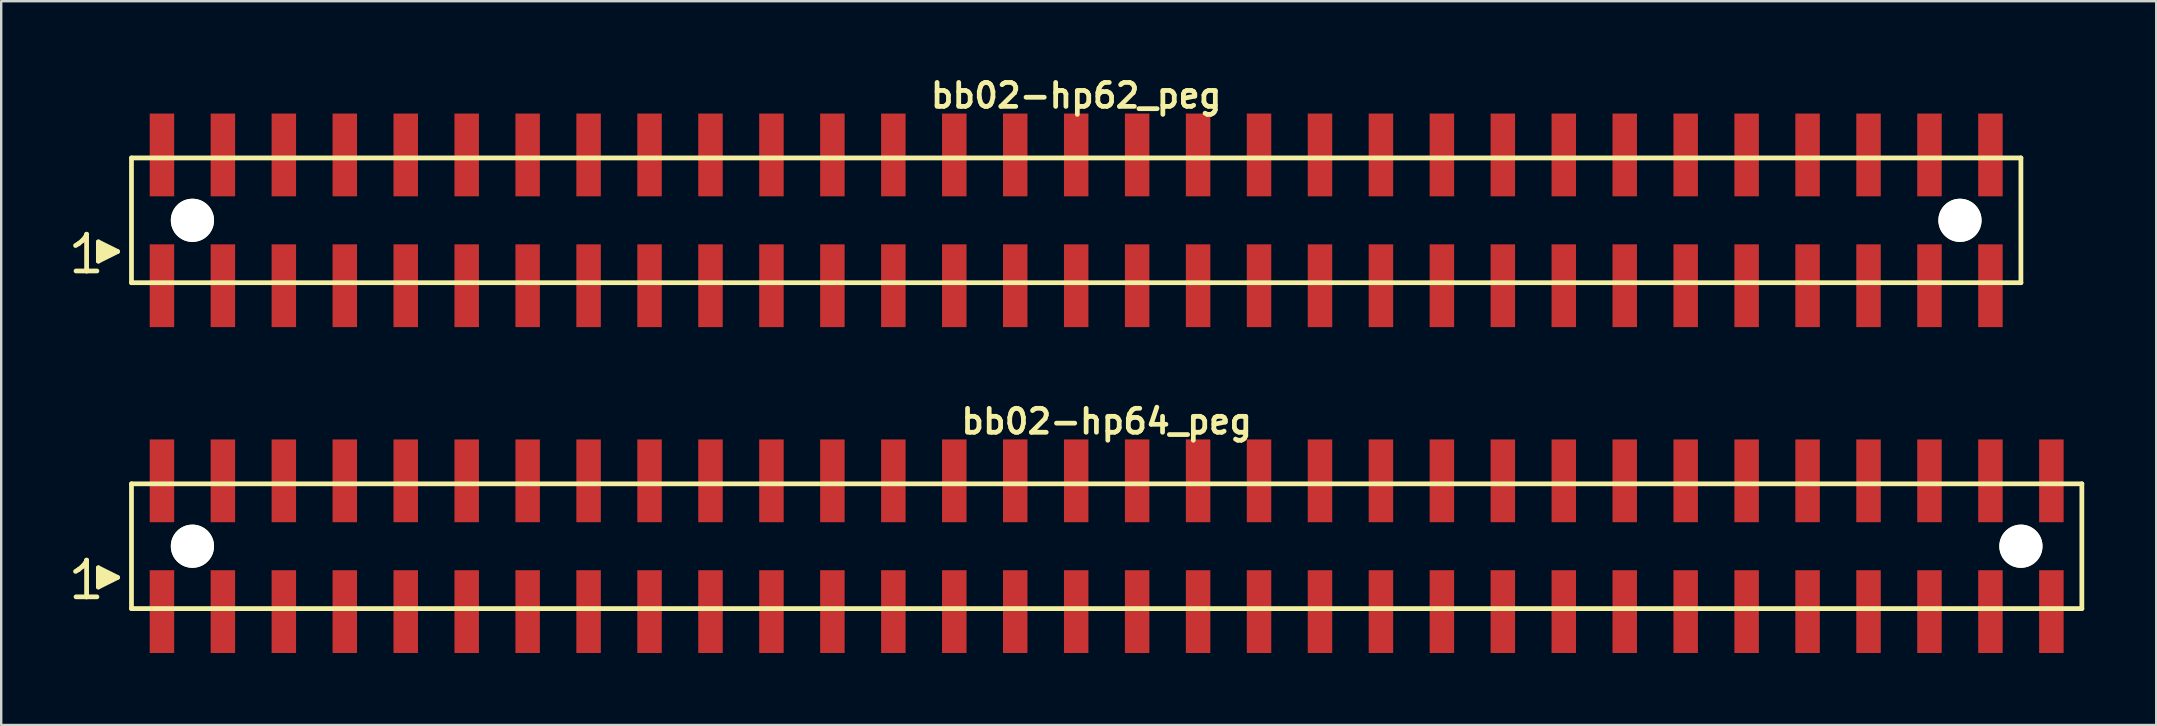
<source format=kicad_pcb>
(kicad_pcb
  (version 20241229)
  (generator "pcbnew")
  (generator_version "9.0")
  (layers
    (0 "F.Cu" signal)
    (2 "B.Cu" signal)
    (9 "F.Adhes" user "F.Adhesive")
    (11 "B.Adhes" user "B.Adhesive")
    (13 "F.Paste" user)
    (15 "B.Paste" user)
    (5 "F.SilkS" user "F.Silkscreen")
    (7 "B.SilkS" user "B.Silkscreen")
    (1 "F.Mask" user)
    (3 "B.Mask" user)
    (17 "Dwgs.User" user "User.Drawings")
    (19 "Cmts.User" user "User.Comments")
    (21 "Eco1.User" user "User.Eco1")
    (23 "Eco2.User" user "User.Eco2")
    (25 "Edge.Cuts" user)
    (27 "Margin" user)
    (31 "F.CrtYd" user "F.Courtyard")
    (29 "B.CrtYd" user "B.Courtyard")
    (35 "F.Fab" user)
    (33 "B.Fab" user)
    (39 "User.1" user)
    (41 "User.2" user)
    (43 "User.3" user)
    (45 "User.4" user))
  (footprint "bb02-hp64_peg"
    (layer "F.Cu")
    (at 43.069 19.713)
    (property "Reference" "bb02-hp64_peg" (at 0 -5.2 0) (layer "F.SilkS") (effects (font (size 0.998 0.998) (thickness 0.198))))
    (attr smd)
    (fp_line (start -42.97 1.05) (end -42.84 0.97) (stroke (width 0.198) (type solid)) (layer "F.SilkS"))
    (fp_line (start -42.84 0.97) (end -42.68 0.84) (stroke (width 0.198) (type solid)) (layer "F.SilkS"))
    (fp_line (start -42.68 0.84) (end -42.54 0.67) (stroke (width 0.198) (type solid)) (layer "F.SilkS"))
    (fp_line (start -42.54 0.67) (end -42.51 0.58) (stroke (width 0.198) (type solid)) (layer "F.SilkS"))
    (fp_line (start -42.51 0.58) (end -42.51 2.11) (stroke (width 0.198) (type solid)) (layer "F.SilkS"))
    (fp_line (start -42.51 2.11) (end -42.95 2.11) (stroke (width 0.198) (type solid)) (layer "F.SilkS"))
    (fp_line (start -42.08 2.11) (end -42.52 2.11) (stroke (width 0.198) (type solid)) (layer "F.SilkS"))
    (fp_line (start -42.02 0.9) (end -41.22 1.3) (stroke (width 0.198) (type solid)) (layer "F.SilkS"))
    (fp_line (start -42.02 1.7) (end -42.02 0.9) (stroke (width 0.198) (type solid)) (layer "F.SilkS"))
    (fp_line (start -41.92 1.6) (end -41.92 1) (stroke (width 0.198) (type solid)) (layer "F.SilkS"))
    (fp_line (start -41.82 1.1) (end -41.82 1.5) (stroke (width 0.198) (type solid)) (layer "F.SilkS"))
    (fp_line (start -41.72 1.5) (end -41.72 1.1) (stroke (width 0.198) (type solid)) (layer "F.SilkS"))
    (fp_line (start -41.62 1.2) (end -41.62 1.4) (stroke (width 0.198) (type solid)) (layer "F.SilkS"))
    (fp_line (start -41.52 1.4) (end -41.52 1.2) (stroke (width 0.198) (type solid)) (layer "F.SilkS"))
    (fp_line (start -41.22 1.3) (end -42.02 1.7) (stroke (width 0.198) (type solid)) (layer "F.SilkS"))
    (fp_line (start -40.64 -2.6) (end -40.64 2.6) (stroke (width 0.198) (type solid)) (layer "F.SilkS"))
    (fp_line (start -40.64 -2.6) (end 40.64 -2.6) (stroke (width 0.198) (type solid)) (layer "F.SilkS"))
    (fp_line (start 40.64 2.6) (end -40.64 2.6) (stroke (width 0.198) (type solid)) (layer "F.SilkS"))
    (fp_line (start 40.64 2.6) (end 40.64 -2.6) (stroke (width 0.198) (type solid)) (layer "F.SilkS"))
    (pad "" np_thru_hole circle (at -38.1 0) (size 1.8 1.8) (drill 1.8) (layers "*.Cu" "*.Mask" "F.SilkS"))
    (pad "" np_thru_hole circle (at 38.1 0) (size 1.8 1.8) (drill 1.8) (layers "*.Cu" "*.Mask" "F.SilkS"))
    (pad "1" smd rect (at -39.37 2.725) (size 1.02 3.45) (layers "F.Cu" "F.Mask" "F.Paste"))
    (pad "2" smd rect (at -39.37 -2.725) (size 1.02 3.45) (layers "F.Cu" "F.Mask" "F.Paste"))
    (pad "3" smd rect (at -36.83 2.725) (size 1.02 3.45) (layers "F.Cu" "F.Mask" "F.Paste"))
    (pad "4" smd rect (at -36.83 -2.725) (size 1.02 3.45) (layers "F.Cu" "F.Mask" "F.Paste"))
    (pad "5" smd rect (at -34.29 2.725) (size 1.02 3.45) (layers "F.Cu" "F.Mask" "F.Paste"))
    (pad "6" smd rect (at -34.29 -2.725) (size 1.02 3.45) (layers "F.Cu" "F.Mask" "F.Paste"))
    (pad "7" smd rect (at -31.75 2.725) (size 1.02 3.45) (layers "F.Cu" "F.Mask" "F.Paste"))
    (pad "8" smd rect (at -31.75 -2.725) (size 1.02 3.45) (layers "F.Cu" "F.Mask" "F.Paste"))
    (pad "9" smd rect (at -29.21 2.725) (size 1.02 3.45) (layers "F.Cu" "F.Mask" "F.Paste"))
    (pad "10" smd rect (at -29.21 -2.725) (size 1.02 3.45) (layers "F.Cu" "F.Mask" "F.Paste"))
    (pad "11" smd rect (at -26.67 2.725) (size 1.02 3.45) (layers "F.Cu" "F.Mask" "F.Paste"))
    (pad "12" smd rect (at -26.67 -2.725) (size 1.02 3.45) (layers "F.Cu" "F.Mask" "F.Paste"))
    (pad "13" smd rect (at -24.13 2.725) (size 1.02 3.45) (layers "F.Cu" "F.Mask" "F.Paste"))
    (pad "14" smd rect (at -24.13 -2.725) (size 1.02 3.45) (layers "F.Cu" "F.Mask" "F.Paste"))
    (pad "15" smd rect (at -21.59 2.725) (size 1.02 3.45) (layers "F.Cu" "F.Mask" "F.Paste"))
    (pad "16" smd rect (at -21.59 -2.725) (size 1.02 3.45) (layers "F.Cu" "F.Mask" "F.Paste"))
    (pad "17" smd rect (at -19.05 2.725) (size 1.02 3.45) (layers "F.Cu" "F.Mask" "F.Paste"))
    (pad "18" smd rect (at -19.05 -2.725) (size 1.02 3.45) (layers "F.Cu" "F.Mask" "F.Paste"))
    (pad "19" smd rect (at -16.51 2.725) (size 1.02 3.45) (layers "F.Cu" "F.Mask" "F.Paste"))
    (pad "20" smd rect (at -16.51 -2.725) (size 1.02 3.45) (layers "F.Cu" "F.Mask" "F.Paste"))
    (pad "21" smd rect (at -13.97 2.725) (size 1.02 3.45) (layers "F.Cu" "F.Mask" "F.Paste"))
    (pad "22" smd rect (at -13.97 -2.725) (size 1.02 3.45) (layers "F.Cu" "F.Mask" "F.Paste"))
    (pad "23" smd rect (at -11.43 2.725) (size 1.02 3.45) (layers "F.Cu" "F.Mask" "F.Paste"))
    (pad "24" smd rect (at -11.43 -2.725) (size 1.02 3.45) (layers "F.Cu" "F.Mask" "F.Paste"))
    (pad "25" smd rect (at -8.89 2.725) (size 1.02 3.45) (layers "F.Cu" "F.Mask" "F.Paste"))
    (pad "26" smd rect (at -8.89 -2.725) (size 1.02 3.45) (layers "F.Cu" "F.Mask" "F.Paste"))
    (pad "27" smd rect (at -6.35 2.725) (size 1.02 3.45) (layers "F.Cu" "F.Mask" "F.Paste"))
    (pad "28" smd rect (at -6.35 -2.725) (size 1.02 3.45) (layers "F.Cu" "F.Mask" "F.Paste"))
    (pad "29" smd rect (at -3.81 2.725) (size 1.02 3.45) (layers "F.Cu" "F.Mask" "F.Paste"))
    (pad "30" smd rect (at -3.81 -2.725) (size 1.02 3.45) (layers "F.Cu" "F.Mask" "F.Paste"))
    (pad "31" smd rect (at -1.27 2.725) (size 1.02 3.45) (layers "F.Cu" "F.Mask" "F.Paste"))
    (pad "32" smd rect (at -1.27 -2.725) (size 1.02 3.45) (layers "F.Cu" "F.Mask" "F.Paste"))
    (pad "33" smd rect (at 1.27 2.725) (size 1.02 3.45) (layers "F.Cu" "F.Mask" "F.Paste"))
    (pad "34" smd rect (at 1.27 -2.725) (size 1.02 3.45) (layers "F.Cu" "F.Mask" "F.Paste"))
    (pad "35" smd rect (at 3.81 2.725) (size 1.02 3.45) (layers "F.Cu" "F.Mask" "F.Paste"))
    (pad "36" smd rect (at 3.81 -2.725) (size 1.02 3.45) (layers "F.Cu" "F.Mask" "F.Paste"))
    (pad "37" smd rect (at 6.35 2.725) (size 1.02 3.45) (layers "F.Cu" "F.Mask" "F.Paste"))
    (pad "38" smd rect (at 6.35 -2.725) (size 1.02 3.45) (layers "F.Cu" "F.Mask" "F.Paste"))
    (pad "39" smd rect (at 8.89 2.725) (size 1.02 3.45) (layers "F.Cu" "F.Mask" "F.Paste"))
    (pad "40" smd rect (at 8.89 -2.725) (size 1.02 3.45) (layers "F.Cu" "F.Mask" "F.Paste"))
    (pad "41" smd rect (at 11.43 2.725) (size 1.02 3.45) (layers "F.Cu" "F.Mask" "F.Paste"))
    (pad "42" smd rect (at 11.43 -2.725) (size 1.02 3.45) (layers "F.Cu" "F.Mask" "F.Paste"))
    (pad "43" smd rect (at 13.97 2.725) (size 1.02 3.45) (layers "F.Cu" "F.Mask" "F.Paste"))
    (pad "44" smd rect (at 13.97 -2.725) (size 1.02 3.45) (layers "F.Cu" "F.Mask" "F.Paste"))
    (pad "45" smd rect (at 16.51 2.725) (size 1.02 3.45) (layers "F.Cu" "F.Mask" "F.Paste"))
    (pad "46" smd rect (at 16.51 -2.725) (size 1.02 3.45) (layers "F.Cu" "F.Mask" "F.Paste"))
    (pad "47" smd rect (at 19.05 2.725) (size 1.02 3.45) (layers "F.Cu" "F.Mask" "F.Paste"))
    (pad "48" smd rect (at 19.05 -2.725) (size 1.02 3.45) (layers "F.Cu" "F.Mask" "F.Paste"))
    (pad "49" smd rect (at 21.59 2.725) (size 1.02 3.45) (layers "F.Cu" "F.Mask" "F.Paste"))
    (pad "50" smd rect (at 21.59 -2.725) (size 1.02 3.45) (layers "F.Cu" "F.Mask" "F.Paste"))
    (pad "51" smd rect (at 24.13 2.725) (size 1.02 3.45) (layers "F.Cu" "F.Mask" "F.Paste"))
    (pad "52" smd rect (at 24.13 -2.725) (size 1.02 3.45) (layers "F.Cu" "F.Mask" "F.Paste"))
    (pad "53" smd rect (at 26.67 2.725) (size 1.02 3.45) (layers "F.Cu" "F.Mask" "F.Paste"))
    (pad "54" smd rect (at 26.67 -2.725) (size 1.02 3.45) (layers "F.Cu" "F.Mask" "F.Paste"))
    (pad "55" smd rect (at 29.21 2.725) (size 1.02 3.45) (layers "F.Cu" "F.Mask" "F.Paste"))
    (pad "56" smd rect (at 29.21 -2.725) (size 1.02 3.45) (layers "F.Cu" "F.Mask" "F.Paste"))
    (pad "57" smd rect (at 31.75 2.725) (size 1.02 3.45) (layers "F.Cu" "F.Mask" "F.Paste"))
    (pad "58" smd rect (at 31.75 -2.725) (size 1.02 3.45) (layers "F.Cu" "F.Mask" "F.Paste"))
    (pad "59" smd rect (at 34.29 2.725) (size 1.02 3.45) (layers "F.Cu" "F.Mask" "F.Paste"))
    (pad "60" smd rect (at 34.29 -2.725) (size 1.02 3.45) (layers "F.Cu" "F.Mask" "F.Paste"))
    (pad "61" smd rect (at 36.83 2.725) (size 1.02 3.45) (layers "F.Cu" "F.Mask" "F.Paste"))
    (pad "62" smd rect (at 36.83 -2.725) (size 1.02 3.45) (layers "F.Cu" "F.Mask" "F.Paste"))
    (pad "63" smd rect (at 39.37 2.725) (size 1.02 3.45) (layers "F.Cu" "F.Mask" "F.Paste"))
    (pad "64" smd rect (at 39.37 -2.725) (size 1.02 3.45) (layers "F.Cu" "F.Mask" "F.Paste")))
  (footprint "bb02-hp62_peg"
    (layer "F.Cu")
    (at 41.799 6.132)
    (property "Reference" "bb02-hp62_peg" (at 0 -5.2 0) (layer "F.SilkS") (effects (font (size 0.998 0.998) (thickness 0.198))))
    (attr smd)
    (fp_line (start -41.7 1.05) (end -41.57 0.97) (stroke (width 0.198) (type solid)) (layer "F.SilkS"))
    (fp_line (start -41.57 0.97) (end -41.41 0.84) (stroke (width 0.198) (type solid)) (layer "F.SilkS"))
    (fp_line (start -41.41 0.84) (end -41.27 0.67) (stroke (width 0.198) (type solid)) (layer "F.SilkS"))
    (fp_line (start -41.27 0.67) (end -41.24 0.58) (stroke (width 0.198) (type solid)) (layer "F.SilkS"))
    (fp_line (start -41.24 0.58) (end -41.24 2.11) (stroke (width 0.198) (type solid)) (layer "F.SilkS"))
    (fp_line (start -41.24 2.11) (end -41.68 2.11) (stroke (width 0.198) (type solid)) (layer "F.SilkS"))
    (fp_line (start -40.81 2.11) (end -41.25 2.11) (stroke (width 0.198) (type solid)) (layer "F.SilkS"))
    (fp_line (start -40.75 0.9) (end -39.95 1.3) (stroke (width 0.198) (type solid)) (layer "F.SilkS"))
    (fp_line (start -40.75 1.7) (end -40.75 0.9) (stroke (width 0.198) (type solid)) (layer "F.SilkS"))
    (fp_line (start -40.65 1.6) (end -40.65 1) (stroke (width 0.198) (type solid)) (layer "F.SilkS"))
    (fp_line (start -40.55 1.1) (end -40.55 1.5) (stroke (width 0.198) (type solid)) (layer "F.SilkS"))
    (fp_line (start -40.45 1.5) (end -40.45 1.1) (stroke (width 0.198) (type solid)) (layer "F.SilkS"))
    (fp_line (start -40.35 1.2) (end -40.35 1.4) (stroke (width 0.198) (type solid)) (layer "F.SilkS"))
    (fp_line (start -40.25 1.4) (end -40.25 1.2) (stroke (width 0.198) (type solid)) (layer "F.SilkS"))
    (fp_line (start -39.95 1.3) (end -40.75 1.7) (stroke (width 0.198) (type solid)) (layer "F.SilkS"))
    (fp_line (start -39.37 -2.6) (end -39.37 2.6) (stroke (width 0.198) (type solid)) (layer "F.SilkS"))
    (fp_line (start -39.37 -2.6) (end 39.37 -2.6) (stroke (width 0.198) (type solid)) (layer "F.SilkS"))
    (fp_line (start 39.37 2.6) (end -39.37 2.6) (stroke (width 0.198) (type solid)) (layer "F.SilkS"))
    (fp_line (start 39.37 2.6) (end 39.37 -2.6) (stroke (width 0.198) (type solid)) (layer "F.SilkS"))
    (pad "" np_thru_hole circle (at -36.83 0) (size 1.8 1.8) (drill 1.8) (layers "*.Cu" "*.Mask" "F.SilkS"))
    (pad "" np_thru_hole circle (at 36.83 0) (size 1.8 1.8) (drill 1.8) (layers "*.Cu" "*.Mask" "F.SilkS"))
    (pad "1" smd rect (at -38.1 2.725) (size 1.02 3.45) (layers "F.Cu" "F.Mask" "F.Paste"))
    (pad "2" smd rect (at -38.1 -2.725) (size 1.02 3.45) (layers "F.Cu" "F.Mask" "F.Paste"))
    (pad "3" smd rect (at -35.56 2.725) (size 1.02 3.45) (layers "F.Cu" "F.Mask" "F.Paste"))
    (pad "4" smd rect (at -35.56 -2.725) (size 1.02 3.45) (layers "F.Cu" "F.Mask" "F.Paste"))
    (pad "5" smd rect (at -33.02 2.725) (size 1.02 3.45) (layers "F.Cu" "F.Mask" "F.Paste"))
    (pad "6" smd rect (at -33.02 -2.725) (size 1.02 3.45) (layers "F.Cu" "F.Mask" "F.Paste"))
    (pad "7" smd rect (at -30.48 2.725) (size 1.02 3.45) (layers "F.Cu" "F.Mask" "F.Paste"))
    (pad "8" smd rect (at -30.48 -2.725) (size 1.02 3.45) (layers "F.Cu" "F.Mask" "F.Paste"))
    (pad "9" smd rect (at -27.94 2.725) (size 1.02 3.45) (layers "F.Cu" "F.Mask" "F.Paste"))
    (pad "10" smd rect (at -27.94 -2.725) (size 1.02 3.45) (layers "F.Cu" "F.Mask" "F.Paste"))
    (pad "11" smd rect (at -25.4 2.725) (size 1.02 3.45) (layers "F.Cu" "F.Mask" "F.Paste"))
    (pad "12" smd rect (at -25.4 -2.725) (size 1.02 3.45) (layers "F.Cu" "F.Mask" "F.Paste"))
    (pad "13" smd rect (at -22.86 2.725) (size 1.02 3.45) (layers "F.Cu" "F.Mask" "F.Paste"))
    (pad "14" smd rect (at -22.86 -2.725) (size 1.02 3.45) (layers "F.Cu" "F.Mask" "F.Paste"))
    (pad "15" smd rect (at -20.32 2.725) (size 1.02 3.45) (layers "F.Cu" "F.Mask" "F.Paste"))
    (pad "16" smd rect (at -20.32 -2.725) (size 1.02 3.45) (layers "F.Cu" "F.Mask" "F.Paste"))
    (pad "17" smd rect (at -17.78 2.725) (size 1.02 3.45) (layers "F.Cu" "F.Mask" "F.Paste"))
    (pad "18" smd rect (at -17.78 -2.725) (size 1.02 3.45) (layers "F.Cu" "F.Mask" "F.Paste"))
    (pad "19" smd rect (at -15.24 2.725) (size 1.02 3.45) (layers "F.Cu" "F.Mask" "F.Paste"))
    (pad "20" smd rect (at -15.24 -2.725) (size 1.02 3.45) (layers "F.Cu" "F.Mask" "F.Paste"))
    (pad "21" smd rect (at -12.7 2.725) (size 1.02 3.45) (layers "F.Cu" "F.Mask" "F.Paste"))
    (pad "22" smd rect (at -12.7 -2.725) (size 1.02 3.45) (layers "F.Cu" "F.Mask" "F.Paste"))
    (pad "23" smd rect (at -10.16 2.725) (size 1.02 3.45) (layers "F.Cu" "F.Mask" "F.Paste"))
    (pad "24" smd rect (at -10.16 -2.725) (size 1.02 3.45) (layers "F.Cu" "F.Mask" "F.Paste"))
    (pad "25" smd rect (at -7.62 2.725) (size 1.02 3.45) (layers "F.Cu" "F.Mask" "F.Paste"))
    (pad "26" smd rect (at -7.62 -2.725) (size 1.02 3.45) (layers "F.Cu" "F.Mask" "F.Paste"))
    (pad "27" smd rect (at -5.08 2.725) (size 1.02 3.45) (layers "F.Cu" "F.Mask" "F.Paste"))
    (pad "28" smd rect (at -5.08 -2.725) (size 1.02 3.45) (layers "F.Cu" "F.Mask" "F.Paste"))
    (pad "29" smd rect (at -2.54 2.725) (size 1.02 3.45) (layers "F.Cu" "F.Mask" "F.Paste"))
    (pad "30" smd rect (at -2.54 -2.725) (size 1.02 3.45) (layers "F.Cu" "F.Mask" "F.Paste"))
    (pad "31" smd rect (at 0 2.725) (size 1.02 3.45) (layers "F.Cu" "F.Mask" "F.Paste"))
    (pad "32" smd rect (at 0 -2.725) (size 1.02 3.45) (layers "F.Cu" "F.Mask" "F.Paste"))
    (pad "33" smd rect (at 2.54 2.725) (size 1.02 3.45) (layers "F.Cu" "F.Mask" "F.Paste"))
    (pad "34" smd rect (at 2.54 -2.725) (size 1.02 3.45) (layers "F.Cu" "F.Mask" "F.Paste"))
    (pad "35" smd rect (at 5.08 2.725) (size 1.02 3.45) (layers "F.Cu" "F.Mask" "F.Paste"))
    (pad "36" smd rect (at 5.08 -2.725) (size 1.02 3.45) (layers "F.Cu" "F.Mask" "F.Paste"))
    (pad "37" smd rect (at 7.62 2.725) (size 1.02 3.45) (layers "F.Cu" "F.Mask" "F.Paste"))
    (pad "38" smd rect (at 7.62 -2.725) (size 1.02 3.45) (layers "F.Cu" "F.Mask" "F.Paste"))
    (pad "39" smd rect (at 10.16 2.725) (size 1.02 3.45) (layers "F.Cu" "F.Mask" "F.Paste"))
    (pad "40" smd rect (at 10.16 -2.725) (size 1.02 3.45) (layers "F.Cu" "F.Mask" "F.Paste"))
    (pad "41" smd rect (at 12.7 2.725) (size 1.02 3.45) (layers "F.Cu" "F.Mask" "F.Paste"))
    (pad "42" smd rect (at 12.7 -2.725) (size 1.02 3.45) (layers "F.Cu" "F.Mask" "F.Paste"))
    (pad "43" smd rect (at 15.24 2.725) (size 1.02 3.45) (layers "F.Cu" "F.Mask" "F.Paste"))
    (pad "44" smd rect (at 15.24 -2.725) (size 1.02 3.45) (layers "F.Cu" "F.Mask" "F.Paste"))
    (pad "45" smd rect (at 17.78 2.725) (size 1.02 3.45) (layers "F.Cu" "F.Mask" "F.Paste"))
    (pad "46" smd rect (at 17.78 -2.725) (size 1.02 3.45) (layers "F.Cu" "F.Mask" "F.Paste"))
    (pad "47" smd rect (at 20.32 2.725) (size 1.02 3.45) (layers "F.Cu" "F.Mask" "F.Paste"))
    (pad "48" smd rect (at 20.32 -2.725) (size 1.02 3.45) (layers "F.Cu" "F.Mask" "F.Paste"))
    (pad "49" smd rect (at 22.86 2.725) (size 1.02 3.45) (layers "F.Cu" "F.Mask" "F.Paste"))
    (pad "50" smd rect (at 22.86 -2.725) (size 1.02 3.45) (layers "F.Cu" "F.Mask" "F.Paste"))
    (pad "51" smd rect (at 25.4 2.725) (size 1.02 3.45) (layers "F.Cu" "F.Mask" "F.Paste"))
    (pad "52" smd rect (at 25.4 -2.725) (size 1.02 3.45) (layers "F.Cu" "F.Mask" "F.Paste"))
    (pad "53" smd rect (at 27.94 2.725) (size 1.02 3.45) (layers "F.Cu" "F.Mask" "F.Paste"))
    (pad "54" smd rect (at 27.94 -2.725) (size 1.02 3.45) (layers "F.Cu" "F.Mask" "F.Paste"))
    (pad "55" smd rect (at 30.48 2.725) (size 1.02 3.45) (layers "F.Cu" "F.Mask" "F.Paste"))
    (pad "56" smd rect (at 30.48 -2.725) (size 1.02 3.45) (layers "F.Cu" "F.Mask" "F.Paste"))
    (pad "57" smd rect (at 33.02 2.725) (size 1.02 3.45) (layers "F.Cu" "F.Mask" "F.Paste"))
    (pad "58" smd rect (at 33.02 -2.725) (size 1.02 3.45) (layers "F.Cu" "F.Mask" "F.Paste"))
    (pad "59" smd rect (at 35.56 2.725) (size 1.02 3.45) (layers "F.Cu" "F.Mask" "F.Paste"))
    (pad "60" smd rect (at 35.56 -2.725) (size 1.02 3.45) (layers "F.Cu" "F.Mask" "F.Paste"))
    (pad "61" smd rect (at 38.1 2.725) (size 1.02 3.45) (layers "F.Cu" "F.Mask" "F.Paste"))
    (pad "62" smd rect (at 38.1 -2.725) (size 1.02 3.45) (layers "F.Cu" "F.Mask" "F.Paste")))
  (gr_rect
    (start -3 -3)
    (end 86.808 27.163)
    (stroke (width 0.1) (type default))
    (fill no)
    (layer "Edge.Cuts")))
</source>
